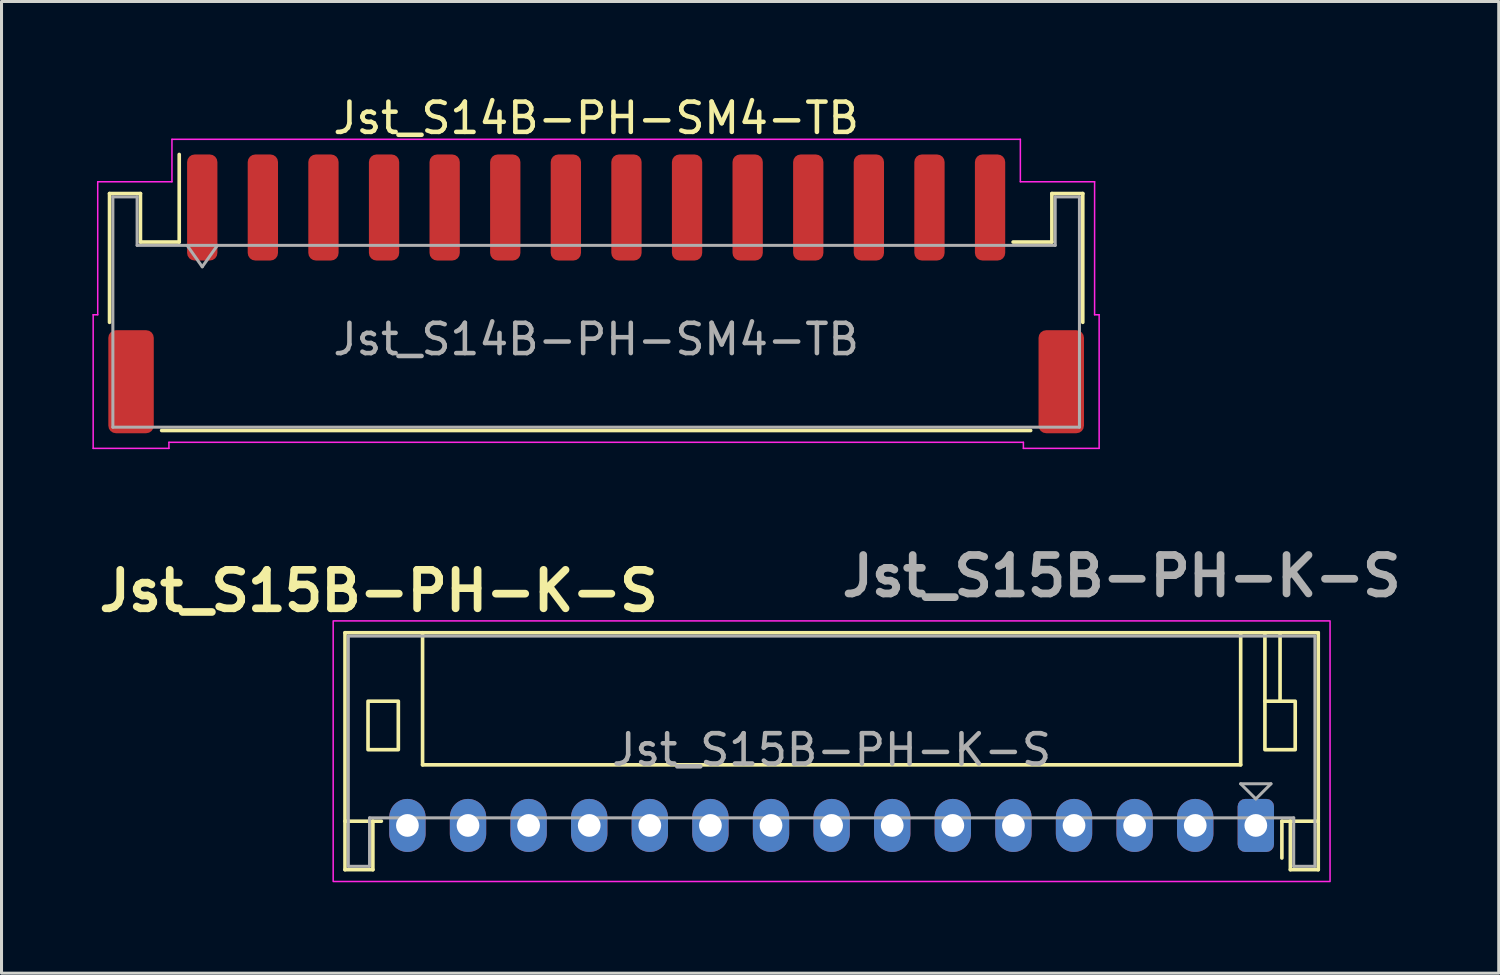
<source format=kicad_pcb>
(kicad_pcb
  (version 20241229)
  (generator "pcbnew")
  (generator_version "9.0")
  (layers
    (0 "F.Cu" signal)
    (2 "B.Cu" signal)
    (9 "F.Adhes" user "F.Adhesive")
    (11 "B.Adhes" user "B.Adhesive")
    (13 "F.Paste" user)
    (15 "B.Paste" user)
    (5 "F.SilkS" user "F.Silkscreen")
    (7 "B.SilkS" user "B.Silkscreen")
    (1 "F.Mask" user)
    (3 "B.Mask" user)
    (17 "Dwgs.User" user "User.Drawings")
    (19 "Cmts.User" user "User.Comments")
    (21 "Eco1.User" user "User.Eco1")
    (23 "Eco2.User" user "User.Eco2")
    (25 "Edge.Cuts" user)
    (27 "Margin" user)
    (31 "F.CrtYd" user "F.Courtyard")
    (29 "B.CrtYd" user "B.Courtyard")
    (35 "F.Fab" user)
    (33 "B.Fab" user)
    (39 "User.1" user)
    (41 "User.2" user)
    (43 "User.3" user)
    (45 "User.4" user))
  (footprint "Jst_S14B-PH-SM4-TB"
    (layer "F.Cu")
    (at 16.625 6.648)
    (property "Reference" "Jst_S14B-PH-SM4-TB" (at 0 -5.8 0) (layer "F.SilkS") (effects (font (size 1 1) (thickness 0.15))))
    (attr smd)
    (fp_line (start -16.06 -3.31) (end -15.04 -3.31) (stroke (width 0.12) (type solid)) (layer "F.SilkS"))
    (fp_line (start -16.06 0.94) (end -16.06 -3.31) (stroke (width 0.12) (type solid)) (layer "F.SilkS"))
    (fp_line (start -15.04 -3.31) (end -15.04 -1.71) (stroke (width 0.12) (type solid)) (layer "F.SilkS"))
    (fp_line (start -15.04 -1.71) (end -13.76 -1.71) (stroke (width 0.12) (type solid)) (layer "F.SilkS"))
    (fp_line (start -14.34 4.51) (end 14.34 4.51) (stroke (width 0.12) (type solid)) (layer "F.SilkS"))
    (fp_line (start -13.76 -1.71) (end -13.76 -4.6) (stroke (width 0.12) (type solid)) (layer "F.SilkS"))
    (fp_line (start 15.04 -3.31) (end 15.04 -1.71) (stroke (width 0.12) (type solid)) (layer "F.SilkS"))
    (fp_line (start 15.04 -1.71) (end 13.76 -1.71) (stroke (width 0.12) (type solid)) (layer "F.SilkS"))
    (fp_line (start 16.06 -3.31) (end 15.04 -3.31) (stroke (width 0.12) (type solid)) (layer "F.SilkS"))
    (fp_line (start 16.06 0.94) (end 16.06 -3.31) (stroke (width 0.12) (type solid)) (layer "F.SilkS"))
    (fp_line (start -16.6 0.69) (end -16.45 0.69) (stroke (width 0.05) (type solid)) (layer "F.CrtYd"))
    (fp_line (start -16.6 5.1) (end -16.6 0.69) (stroke (width 0.05) (type solid)) (layer "F.CrtYd"))
    (fp_line (start -16.45 -3.7) (end -14 -3.7) (stroke (width 0.05) (type solid)) (layer "F.CrtYd"))
    (fp_line (start -16.45 0.69) (end -16.45 -3.7) (stroke (width 0.05) (type solid)) (layer "F.CrtYd"))
    (fp_line (start -14.1 4.9) (end -14.1 5.1) (stroke (width 0.05) (type solid)) (layer "F.CrtYd"))
    (fp_line (start -14.1 5.1) (end -16.6 5.1) (stroke (width 0.05) (type solid)) (layer "F.CrtYd"))
    (fp_line (start -14 -5.1) (end 14 -5.1) (stroke (width 0.05) (type solid)) (layer "F.CrtYd"))
    (fp_line (start -14 -3.7) (end -14 -5.1) (stroke (width 0.05) (type solid)) (layer "F.CrtYd"))
    (fp_line (start 14 -5.1) (end 14 -3.7) (stroke (width 0.05) (type solid)) (layer "F.CrtYd"))
    (fp_line (start 14 -3.7) (end 16.45 -3.7) (stroke (width 0.05) (type solid)) (layer "F.CrtYd"))
    (fp_line (start 14.1 4.9) (end -14.1 4.9) (stroke (width 0.05) (type solid)) (layer "F.CrtYd"))
    (fp_line (start 14.1 5.1) (end 14.1 4.9) (stroke (width 0.05) (type solid)) (layer "F.CrtYd"))
    (fp_line (start 16.45 -3.7) (end 16.45 0.69) (stroke (width 0.05) (type solid)) (layer "F.CrtYd"))
    (fp_line (start 16.45 0.69) (end 16.6 0.69) (stroke (width 0.05) (type solid)) (layer "F.CrtYd"))
    (fp_line (start 16.6 0.69) (end 16.6 5.1) (stroke (width 0.05) (type solid)) (layer "F.CrtYd"))
    (fp_line (start 16.6 5.1) (end 14.1 5.1) (stroke (width 0.05) (type solid)) (layer "F.CrtYd"))
    (fp_line (start -15.95 -3.2) (end -15.95 4.4) (stroke (width 0.1) (type solid)) (layer "F.Fab"))
    (fp_line (start -15.95 -3.2) (end -15.15 -3.2) (stroke (width 0.1) (type solid)) (layer "F.Fab"))
    (fp_line (start -15.95 4.4) (end 15.95 4.4) (stroke (width 0.1) (type solid)) (layer "F.Fab"))
    (fp_line (start -15.15 -3.2) (end -15.15 -1.6) (stroke (width 0.1) (type solid)) (layer "F.Fab"))
    (fp_line (start -15.15 -1.6) (end 15.15 -1.6) (stroke (width 0.1) (type solid)) (layer "F.Fab"))
    (fp_line (start -13.5 -1.6) (end -13 -0.893) (stroke (width 0.1) (type solid)) (layer "F.Fab"))
    (fp_line (start -13 -0.893) (end -12.5 -1.6) (stroke (width 0.1) (type solid)) (layer "F.Fab"))
    (fp_line (start 15.15 -3.2) (end 15.95 -3.2) (stroke (width 0.1) (type solid)) (layer "F.Fab"))
    (fp_line (start 15.15 -1.6) (end 15.15 -3.2) (stroke (width 0.1) (type solid)) (layer "F.Fab"))
    (fp_line (start 15.95 -3.2) (end 15.95 4.4) (stroke (width 0.1) (type solid)) (layer "F.Fab"))
    (fp_text user "${REFERENCE}" (at 0 1.5 0) (layer "F.Fab") (effects (font (size 1 1) (thickness 0.15))))
    (pad "1" smd roundrect (at -13 -2.85) (size 1 3.5) (layers "F.Cu" "F.Mask" "F.Paste") (roundrect_rratio 0.25))
    (pad "2" smd roundrect (at -11 -2.85) (size 1 3.5) (layers "F.Cu" "F.Mask" "F.Paste") (roundrect_rratio 0.25))
    (pad "3" smd roundrect (at -9 -2.85) (size 1 3.5) (layers "F.Cu" "F.Mask" "F.Paste") (roundrect_rratio 0.25))
    (pad "4" smd roundrect (at -7 -2.85) (size 1 3.5) (layers "F.Cu" "F.Mask" "F.Paste") (roundrect_rratio 0.25))
    (pad "5" smd roundrect (at -5 -2.85) (size 1 3.5) (layers "F.Cu" "F.Mask" "F.Paste") (roundrect_rratio 0.25))
    (pad "6" smd roundrect (at -3 -2.85) (size 1 3.5) (layers "F.Cu" "F.Mask" "F.Paste") (roundrect_rratio 0.25))
    (pad "7" smd roundrect (at -1 -2.85) (size 1 3.5) (layers "F.Cu" "F.Mask" "F.Paste") (roundrect_rratio 0.25))
    (pad "8" smd roundrect (at 1 -2.85) (size 1 3.5) (layers "F.Cu" "F.Mask" "F.Paste") (roundrect_rratio 0.25))
    (pad "9" smd roundrect (at 3 -2.85) (size 1 3.5) (layers "F.Cu" "F.Mask" "F.Paste") (roundrect_rratio 0.25))
    (pad "10" smd roundrect (at 5 -2.85) (size 1 3.5) (layers "F.Cu" "F.Mask" "F.Paste") (roundrect_rratio 0.25))
    (pad "11" smd roundrect (at 7 -2.85) (size 1 3.5) (layers "F.Cu" "F.Mask" "F.Paste") (roundrect_rratio 0.25))
    (pad "12" smd roundrect (at 9 -2.85) (size 1 3.5) (layers "F.Cu" "F.Mask" "F.Paste") (roundrect_rratio 0.25))
    (pad "13" smd roundrect (at 11 -2.85) (size 1 3.5) (layers "F.Cu" "F.Mask" "F.Paste") (roundrect_rratio 0.25))
    (pad "14" smd roundrect (at 13 -2.85) (size 1 3.5) (layers "F.Cu" "F.Mask" "F.Paste") (roundrect_rratio 0.25))
    (pad "MP" smd roundrect (at -15.35 2.9) (size 1.5 3.4) (layers "F.Cu" "F.Mask" "F.Paste") (roundrect_rratio 0.167))
    (pad "MP" smd roundrect (at 15.35 2.9) (size 1.5 3.4) (layers "F.Cu" "F.Mask" "F.Paste") (roundrect_rratio 0.167)))
  (footprint "Jst_S15B-PH-K-S"
    (layer "F.Cu")
    (at 38.396 24.082)
    (property "Reference" "Jst_S15B-PH-K-S" (at -28.95 -7.63 0) (layer "F.SilkS") (effects (font (size 1.27 1.27) (thickness 0.254))))
    (attr through_hole)
    (fp_line (start -30.06 -6.25) (end -30.06 1.57) (stroke (width 0.12) (type solid)) (layer "F.SilkS"))
    (fp_line (start -30.06 -0.03) (end -29.14 -0.03) (stroke (width 0.12) (type solid)) (layer "F.SilkS"))
    (fp_line (start -30.06 1.57) (end -29.14 1.57) (stroke (width 0.12) (type solid)) (layer "F.SilkS"))
    (fp_line (start -29.14 -0.03) (end -28.86 -0.03) (stroke (width 0.12) (type solid)) (layer "F.SilkS"))
    (fp_line (start -29.14 1.57) (end -29.14 -0.03) (stroke (width 0.12) (type solid)) (layer "F.SilkS"))
    (fp_line (start -27.5 -1.89) (end -27.5 -6.25) (stroke (width 0.12) (type solid)) (layer "F.SilkS"))
    (fp_line (start -0.5 -6.25) (end -0.5 -1.89) (stroke (width 0.12) (type solid)) (layer "F.SilkS"))
    (fp_line (start -0.5 -1.89) (end -27.5 -1.89) (stroke (width 0.12) (type solid)) (layer "F.SilkS"))
    (fp_line (start 0.3 -3.99) (end 0.3 -6.25) (stroke (width 0.12) (type solid)) (layer "F.SilkS"))
    (fp_line (start 0.8 -3.99) (end 0.8 -6.25) (stroke (width 0.12) (type solid)) (layer "F.SilkS"))
    (fp_line (start 0.86 -0.03) (end 0.86 1.185) (stroke (width 0.12) (type solid)) (layer "F.SilkS"))
    (fp_line (start 0.86 -0.03) (end 1.14 -0.03) (stroke (width 0.12) (type solid)) (layer "F.SilkS"))
    (fp_line (start 1.14 -0.03) (end 1.14 1.57) (stroke (width 0.12) (type solid)) (layer "F.SilkS"))
    (fp_line (start 1.14 1.57) (end 2.06 1.57) (stroke (width 0.12) (type solid)) (layer "F.SilkS"))
    (fp_line (start 2.06 -6.25) (end -30.06 -6.25) (stroke (width 0.12) (type solid)) (layer "F.SilkS"))
    (fp_line (start 2.06 -0.03) (end 1.14 -0.03) (stroke (width 0.12) (type solid)) (layer "F.SilkS"))
    (fp_line (start 2.06 1.57) (end 2.06 -6.25) (stroke (width 0.12) (type solid)) (layer "F.SilkS"))
    (fp_rect (start -29.3 -3.99) (end -28.3 -2.39) (stroke (width 0.12) (type solid)) (fill no) (layer "F.SilkS"))
    (fp_rect (start 0.3 -3.99) (end 1.3 -2.39) (stroke (width 0.12) (type solid)) (fill no) (layer "F.SilkS"))
    (fp_rect (start -30.45 -6.64) (end 2.45 1.96) (stroke (width 0.05) (type solid)) (fill no) (layer "F.CrtYd"))
    (fp_line (start -29.95 -6.14) (end -29.95 1.46) (stroke (width 0.1) (type solid)) (layer "F.Fab"))
    (fp_line (start -29.95 1.46) (end -29.25 1.46) (stroke (width 0.1) (type solid)) (layer "F.Fab"))
    (fp_line (start -29.25 -0.14) (end 1.25 -0.14) (stroke (width 0.1) (type solid)) (layer "F.Fab"))
    (fp_line (start -29.25 1.46) (end -29.25 -0.14) (stroke (width 0.1) (type solid)) (layer "F.Fab"))
    (fp_line (start -0.5 -1.265) (end 0 -0.765) (stroke (width 0.1) (type solid)) (layer "F.Fab"))
    (fp_line (start 0 -0.765) (end 0.5 -1.265) (stroke (width 0.1) (type solid)) (layer "F.Fab"))
    (fp_line (start 0.5 -1.265) (end -0.5 -1.265) (stroke (width 0.1) (type solid)) (layer "F.Fab"))
    (fp_line (start 1.25 -0.14) (end 1.25 1.46) (stroke (width 0.1) (type solid)) (layer "F.Fab"))
    (fp_line (start 1.25 1.46) (end 1.95 1.46) (stroke (width 0.1) (type solid)) (layer "F.Fab"))
    (fp_line (start 1.95 -6.14) (end -29.95 -6.14) (stroke (width 0.1) (type solid)) (layer "F.Fab"))
    (fp_line (start 1.95 1.46) (end 1.95 -6.14) (stroke (width 0.1) (type solid)) (layer "F.Fab"))
    (fp_text user "${REFERENCE}" (at -14 -2.39 180) (layer "F.Fab") (effects (font (size 1 1) (thickness 0.15))))
    (fp_text user "${REFERENCE}" (at -4.43 -8.12 0) (layer "F.Fab") (effects (font (size 1.27 1.27) (thickness 0.254))))
    (pad "1" thru_hole roundrect (at 0 0.11 180) (size 1.2 1.75) (drill 0.75) (layers "*.Cu" "*.Mask") (roundrect_rratio 0.208))
    (pad "2" thru_hole oval (at -2 0.11 180) (size 1.2 1.75) (drill 0.75) (layers "*.Cu" "*.Mask"))
    (pad "3" thru_hole oval (at -4 0.11 180) (size 1.2 1.75) (drill 0.75) (layers "*.Cu" "*.Mask"))
    (pad "4" thru_hole oval (at -6 0.11 180) (size 1.2 1.75) (drill 0.75) (layers "*.Cu" "*.Mask"))
    (pad "5" thru_hole oval (at -8 0.11 180) (size 1.2 1.75) (drill 0.75) (layers "*.Cu" "*.Mask"))
    (pad "6" thru_hole oval (at -10 0.11 180) (size 1.2 1.75) (drill 0.75) (layers "*.Cu" "*.Mask"))
    (pad "7" thru_hole oval (at -12 0.11 180) (size 1.2 1.75) (drill 0.75) (layers "*.Cu" "*.Mask"))
    (pad "8" thru_hole oval (at -14 0.11 180) (size 1.2 1.75) (drill 0.75) (layers "*.Cu" "*.Mask"))
    (pad "9" thru_hole oval (at -16 0.11 180) (size 1.2 1.75) (drill 0.75) (layers "*.Cu" "*.Mask"))
    (pad "10" thru_hole oval (at -18 0.11 180) (size 1.2 1.75) (drill 0.75) (layers "*.Cu" "*.Mask"))
    (pad "11" thru_hole oval (at -20 0.11 180) (size 1.2 1.75) (drill 0.75) (layers "*.Cu" "*.Mask"))
    (pad "12" thru_hole oval (at -22 0.11 180) (size 1.2 1.75) (drill 0.75) (layers "*.Cu" "*.Mask"))
    (pad "13" thru_hole oval (at -24 0.11 180) (size 1.2 1.75) (drill 0.75) (layers "*.Cu" "*.Mask"))
    (pad "14" thru_hole oval (at -26 0.11 180) (size 1.2 1.75) (drill 0.75) (layers "*.Cu" "*.Mask"))
    (pad "15" thru_hole oval (at -28 0.11 180) (size 1.2 1.75) (drill 0.75) (layers "*.Cu" "*.Mask")))
  (gr_rect
    (start -3 -3)
    (end 46.413 29.067)
    (stroke (width 0.1) (type default))
    (fill no)
    (layer "Edge.Cuts")))
</source>
